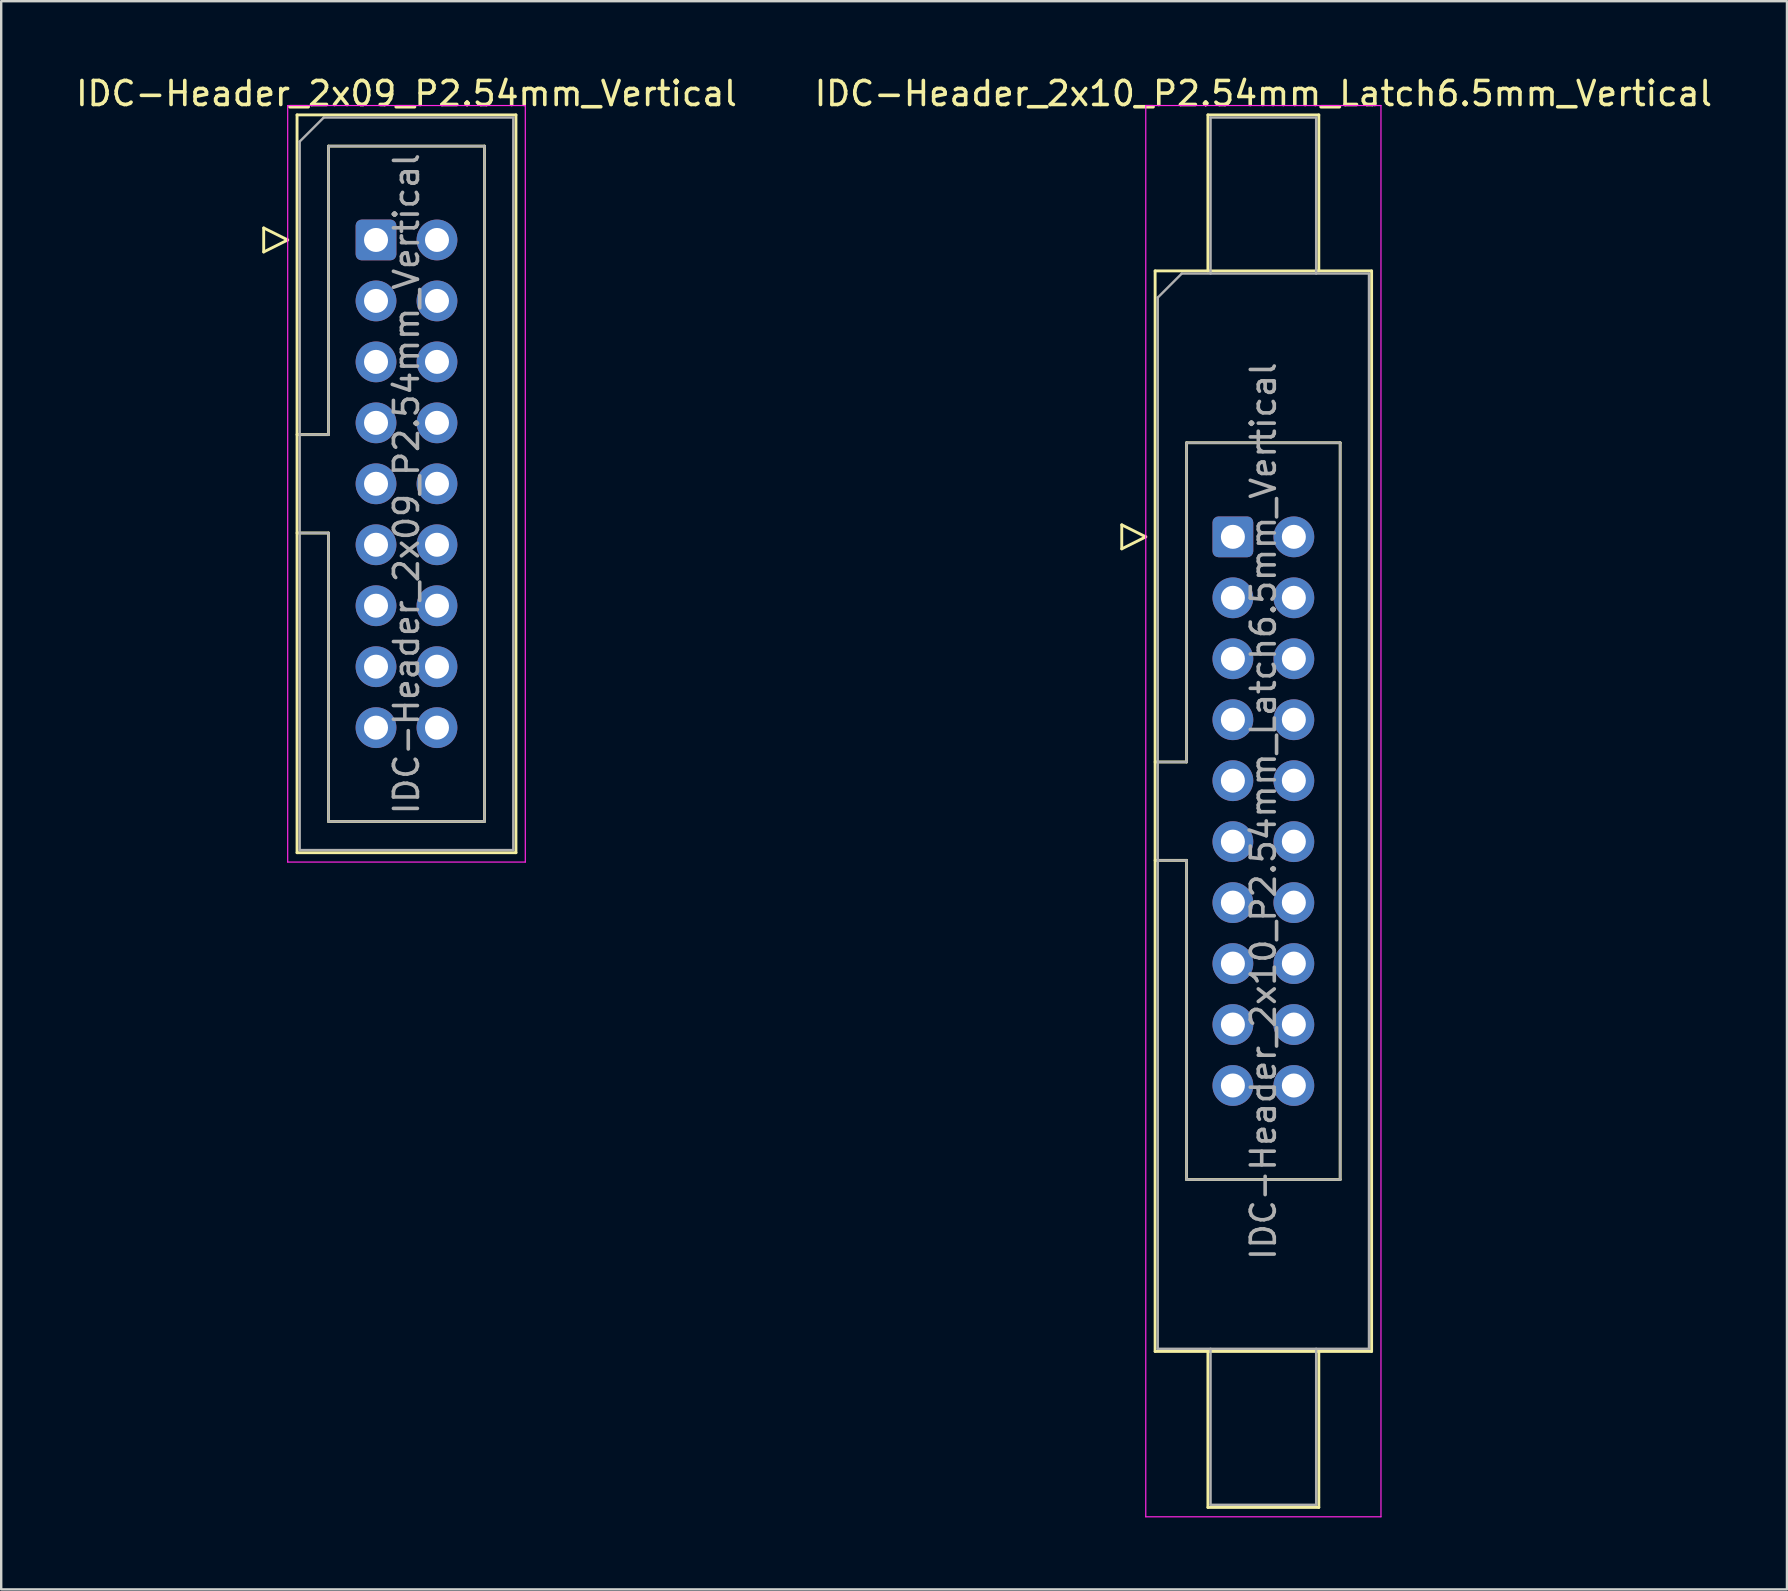
<source format=kicad_pcb>
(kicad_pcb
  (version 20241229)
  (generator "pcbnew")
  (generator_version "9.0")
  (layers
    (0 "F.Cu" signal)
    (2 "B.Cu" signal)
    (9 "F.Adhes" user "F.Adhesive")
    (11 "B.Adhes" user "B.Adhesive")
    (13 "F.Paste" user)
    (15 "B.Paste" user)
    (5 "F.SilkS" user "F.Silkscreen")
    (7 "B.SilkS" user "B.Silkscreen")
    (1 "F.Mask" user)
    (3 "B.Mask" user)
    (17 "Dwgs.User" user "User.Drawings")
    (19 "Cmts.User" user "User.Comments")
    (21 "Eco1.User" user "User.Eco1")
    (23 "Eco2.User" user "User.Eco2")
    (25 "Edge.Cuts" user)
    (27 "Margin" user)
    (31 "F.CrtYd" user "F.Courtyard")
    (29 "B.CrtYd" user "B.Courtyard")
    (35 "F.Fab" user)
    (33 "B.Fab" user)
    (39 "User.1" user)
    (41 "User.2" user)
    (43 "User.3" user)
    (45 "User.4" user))
  (footprint "IDC-Header_2x09_P2.54mm_Vertical"
    (layer "F.Cu")
    (at 12.617 6.948)
    (property "Reference" "IDC-Header_2x09_P2.54mm_Vertical" (at 1.27 -6.1 0) (layer "F.SilkS") (effects (font (size 1 1) (thickness 0.15))))
    (attr through_hole)
    (fp_line (start -4.68 -0.5) (end -4.68 0.5) (stroke (width 0.12) (type solid)) (layer "F.SilkS"))
    (fp_line (start -4.68 0.5) (end -3.68 0) (stroke (width 0.12) (type solid)) (layer "F.SilkS"))
    (fp_line (start -3.68 0) (end -4.68 -0.5) (stroke (width 0.12) (type solid)) (layer "F.SilkS"))
    (fp_line (start -3.29 -5.21) (end 5.83 -5.21) (stroke (width 0.12) (type solid)) (layer "F.SilkS"))
    (fp_line (start -3.29 8.11) (end -1.98 8.11) (stroke (width 0.12) (type solid)) (layer "F.SilkS"))
    (fp_line (start -3.29 25.53) (end -3.29 -5.21) (stroke (width 0.12) (type solid)) (layer "F.SilkS"))
    (fp_line (start -1.98 -3.91) (end 4.52 -3.91) (stroke (width 0.12) (type solid)) (layer "F.SilkS"))
    (fp_line (start -1.98 8.11) (end -1.98 -3.91) (stroke (width 0.12) (type solid)) (layer "F.SilkS"))
    (fp_line (start -1.98 12.21) (end -3.29 12.21) (stroke (width 0.12) (type solid)) (layer "F.SilkS"))
    (fp_line (start -1.98 24.23) (end -1.98 12.21) (stroke (width 0.12) (type solid)) (layer "F.SilkS"))
    (fp_line (start 4.52 -3.91) (end 4.52 24.23) (stroke (width 0.12) (type solid)) (layer "F.SilkS"))
    (fp_line (start 4.52 24.23) (end -1.98 24.23) (stroke (width 0.12) (type solid)) (layer "F.SilkS"))
    (fp_line (start 5.83 -5.21) (end 5.83 25.53) (stroke (width 0.12) (type solid)) (layer "F.SilkS"))
    (fp_line (start 5.83 25.53) (end -3.29 25.53) (stroke (width 0.12) (type solid)) (layer "F.SilkS"))
    (fp_line (start -3.68 -5.6) (end -3.68 25.92) (stroke (width 0.05) (type solid)) (layer "F.CrtYd"))
    (fp_line (start -3.68 25.92) (end 6.22 25.92) (stroke (width 0.05) (type solid)) (layer "F.CrtYd"))
    (fp_line (start 6.22 -5.6) (end -3.68 -5.6) (stroke (width 0.05) (type solid)) (layer "F.CrtYd"))
    (fp_line (start 6.22 25.92) (end 6.22 -5.6) (stroke (width 0.05) (type solid)) (layer "F.CrtYd"))
    (fp_line (start -3.18 -4.1) (end -2.18 -5.1) (stroke (width 0.1) (type solid)) (layer "F.Fab"))
    (fp_line (start -3.18 8.11) (end -1.98 8.11) (stroke (width 0.1) (type solid)) (layer "F.Fab"))
    (fp_line (start -3.18 25.42) (end -3.18 -4.1) (stroke (width 0.1) (type solid)) (layer "F.Fab"))
    (fp_line (start -2.18 -5.1) (end 5.72 -5.1) (stroke (width 0.1) (type solid)) (layer "F.Fab"))
    (fp_line (start -1.98 -3.91) (end 4.52 -3.91) (stroke (width 0.1) (type solid)) (layer "F.Fab"))
    (fp_line (start -1.98 8.11) (end -1.98 -3.91) (stroke (width 0.1) (type solid)) (layer "F.Fab"))
    (fp_line (start -1.98 12.21) (end -3.18 12.21) (stroke (width 0.1) (type solid)) (layer "F.Fab"))
    (fp_line (start -1.98 24.23) (end -1.98 12.21) (stroke (width 0.1) (type solid)) (layer "F.Fab"))
    (fp_line (start 4.52 -3.91) (end 4.52 24.23) (stroke (width 0.1) (type solid)) (layer "F.Fab"))
    (fp_line (start 4.52 24.23) (end -1.98 24.23) (stroke (width 0.1) (type solid)) (layer "F.Fab"))
    (fp_line (start 5.72 -5.1) (end 5.72 25.42) (stroke (width 0.1) (type solid)) (layer "F.Fab"))
    (fp_line (start 5.72 25.42) (end -3.18 25.42) (stroke (width 0.1) (type solid)) (layer "F.Fab"))
    (fp_text user "${REFERENCE}" (at 1.27 10.16 90) (layer "F.Fab") (effects (font (size 1 1) (thickness 0.15))))
    (pad "1" thru_hole roundrect (at 0 0) (size 1.7 1.7) (drill 1) (layers "*.Cu" "*.Mask") (roundrect_rratio 0.147))
    (pad "2" thru_hole circle (at 2.54 0) (size 1.7 1.7) (drill 1) (layers "*.Cu" "*.Mask"))
    (pad "3" thru_hole circle (at 0 2.54) (size 1.7 1.7) (drill 1) (layers "*.Cu" "*.Mask"))
    (pad "4" thru_hole circle (at 2.54 2.54) (size 1.7 1.7) (drill 1) (layers "*.Cu" "*.Mask"))
    (pad "5" thru_hole circle (at 0 5.08) (size 1.7 1.7) (drill 1) (layers "*.Cu" "*.Mask"))
    (pad "6" thru_hole circle (at 2.54 5.08) (size 1.7 1.7) (drill 1) (layers "*.Cu" "*.Mask"))
    (pad "7" thru_hole circle (at 0 7.62) (size 1.7 1.7) (drill 1) (layers "*.Cu" "*.Mask"))
    (pad "8" thru_hole circle (at 2.54 7.62) (size 1.7 1.7) (drill 1) (layers "*.Cu" "*.Mask"))
    (pad "9" thru_hole circle (at 0 10.16) (size 1.7 1.7) (drill 1) (layers "*.Cu" "*.Mask"))
    (pad "10" thru_hole circle (at 2.54 10.16) (size 1.7 1.7) (drill 1) (layers "*.Cu" "*.Mask"))
    (pad "11" thru_hole circle (at 0 12.7) (size 1.7 1.7) (drill 1) (layers "*.Cu" "*.Mask"))
    (pad "12" thru_hole circle (at 2.54 12.7) (size 1.7 1.7) (drill 1) (layers "*.Cu" "*.Mask"))
    (pad "13" thru_hole circle (at 0 15.24) (size 1.7 1.7) (drill 1) (layers "*.Cu" "*.Mask"))
    (pad "14" thru_hole circle (at 2.54 15.24) (size 1.7 1.7) (drill 1) (layers "*.Cu" "*.Mask"))
    (pad "15" thru_hole circle (at 0 17.78) (size 1.7 1.7) (drill 1) (layers "*.Cu" "*.Mask"))
    (pad "16" thru_hole circle (at 2.54 17.78) (size 1.7 1.7) (drill 1) (layers "*.Cu" "*.Mask"))
    (pad "17" thru_hole circle (at 0 20.32) (size 1.7 1.7) (drill 1) (layers "*.Cu" "*.Mask"))
    (pad "18" thru_hole circle (at 2.54 20.32) (size 1.7 1.7) (drill 1) (layers "*.Cu" "*.Mask")))
  (footprint "IDC-Header_2x10_P2.54mm_Latch6.5mm_Vertical"
    (layer "F.Cu")
    (at 48.319 19.318)
    (property "Reference" "IDC-Header_2x10_P2.54mm_Latch6.5mm_Vertical" (at 1.27 -18.47 0) (layer "F.SilkS") (effects (font (size 1 1) (thickness 0.15))))
    (attr through_hole)
    (fp_line (start -4.63 -0.5) (end -4.63 0.5) (stroke (width 0.12) (type solid)) (layer "F.SilkS"))
    (fp_line (start -4.63 0.5) (end -3.63 0) (stroke (width 0.12) (type solid)) (layer "F.SilkS"))
    (fp_line (start -3.63 0) (end -4.63 -0.5) (stroke (width 0.12) (type solid)) (layer "F.SilkS"))
    (fp_line (start -3.24 -11.08) (end 5.78 -11.08) (stroke (width 0.12) (type solid)) (layer "F.SilkS"))
    (fp_line (start -3.24 9.38) (end -1.93 9.38) (stroke (width 0.12) (type solid)) (layer "F.SilkS"))
    (fp_line (start -3.24 33.94) (end -3.24 -11.08) (stroke (width 0.12) (type solid)) (layer "F.SilkS"))
    (fp_line (start -1.93 -3.92) (end 4.47 -3.92) (stroke (width 0.12) (type solid)) (layer "F.SilkS"))
    (fp_line (start -1.93 9.38) (end -1.93 -3.92) (stroke (width 0.12) (type solid)) (layer "F.SilkS"))
    (fp_line (start -1.93 13.48) (end -3.24 13.48) (stroke (width 0.12) (type solid)) (layer "F.SilkS"))
    (fp_line (start -1.93 26.78) (end -1.93 13.48) (stroke (width 0.12) (type solid)) (layer "F.SilkS"))
    (fp_line (start -1.04 -17.58) (end 3.58 -17.58) (stroke (width 0.12) (type solid)) (layer "F.SilkS"))
    (fp_line (start -1.04 -11.08) (end -1.04 -17.58) (stroke (width 0.12) (type solid)) (layer "F.SilkS"))
    (fp_line (start -1.04 33.94) (end -1.04 40.44) (stroke (width 0.12) (type solid)) (layer "F.SilkS"))
    (fp_line (start -1.04 40.44) (end 3.58 40.44) (stroke (width 0.12) (type solid)) (layer "F.SilkS"))
    (fp_line (start 3.58 -17.58) (end 3.58 -11.08) (stroke (width 0.12) (type solid)) (layer "F.SilkS"))
    (fp_line (start 3.58 40.44) (end 3.58 33.94) (stroke (width 0.12) (type solid)) (layer "F.SilkS"))
    (fp_line (start 4.47 -3.92) (end 4.47 26.78) (stroke (width 0.12) (type solid)) (layer "F.SilkS"))
    (fp_line (start 4.47 26.78) (end -1.93 26.78) (stroke (width 0.12) (type solid)) (layer "F.SilkS"))
    (fp_line (start 5.78 -11.08) (end 5.78 33.94) (stroke (width 0.12) (type solid)) (layer "F.SilkS"))
    (fp_line (start 5.78 33.94) (end -3.24 33.94) (stroke (width 0.12) (type solid)) (layer "F.SilkS"))
    (fp_line (start -3.63 -17.97) (end -3.63 40.83) (stroke (width 0.05) (type solid)) (layer "F.CrtYd"))
    (fp_line (start -3.63 40.83) (end 6.17 40.83) (stroke (width 0.05) (type solid)) (layer "F.CrtYd"))
    (fp_line (start 6.17 -17.97) (end -3.63 -17.97) (stroke (width 0.05) (type solid)) (layer "F.CrtYd"))
    (fp_line (start 6.17 40.83) (end 6.17 -17.97) (stroke (width 0.05) (type solid)) (layer "F.CrtYd"))
    (fp_line (start -3.13 -9.97) (end -2.13 -10.97) (stroke (width 0.1) (type solid)) (layer "F.Fab"))
    (fp_line (start -3.13 9.38) (end -1.93 9.38) (stroke (width 0.1) (type solid)) (layer "F.Fab"))
    (fp_line (start -3.13 33.83) (end -3.13 -9.97) (stroke (width 0.1) (type solid)) (layer "F.Fab"))
    (fp_line (start -2.13 -10.97) (end 5.67 -10.97) (stroke (width 0.1) (type solid)) (layer "F.Fab"))
    (fp_line (start -1.93 -3.92) (end 4.47 -3.92) (stroke (width 0.1) (type solid)) (layer "F.Fab"))
    (fp_line (start -1.93 9.38) (end -1.93 -3.92) (stroke (width 0.1) (type solid)) (layer "F.Fab"))
    (fp_line (start -1.93 13.48) (end -3.13 13.48) (stroke (width 0.1) (type solid)) (layer "F.Fab"))
    (fp_line (start -1.93 26.78) (end -1.93 13.48) (stroke (width 0.1) (type solid)) (layer "F.Fab"))
    (fp_line (start -0.93 -17.47) (end 3.47 -17.47) (stroke (width 0.1) (type solid)) (layer "F.Fab"))
    (fp_line (start -0.93 -10.97) (end -0.93 -17.47) (stroke (width 0.1) (type solid)) (layer "F.Fab"))
    (fp_line (start -0.93 33.83) (end -0.93 40.33) (stroke (width 0.1) (type solid)) (layer "F.Fab"))
    (fp_line (start -0.93 40.33) (end 3.47 40.33) (stroke (width 0.1) (type solid)) (layer "F.Fab"))
    (fp_line (start 3.47 -17.47) (end 3.47 -10.97) (stroke (width 0.1) (type solid)) (layer "F.Fab"))
    (fp_line (start 3.47 40.33) (end 3.47 33.83) (stroke (width 0.1) (type solid)) (layer "F.Fab"))
    (fp_line (start 4.47 -3.92) (end 4.47 26.78) (stroke (width 0.1) (type solid)) (layer "F.Fab"))
    (fp_line (start 4.47 26.78) (end -1.93 26.78) (stroke (width 0.1) (type solid)) (layer "F.Fab"))
    (fp_line (start 5.67 -10.97) (end 5.67 33.83) (stroke (width 0.1) (type solid)) (layer "F.Fab"))
    (fp_line (start 5.67 33.83) (end -3.13 33.83) (stroke (width 0.1) (type solid)) (layer "F.Fab"))
    (fp_text user "${REFERENCE}" (at 1.27 11.43 90) (layer "F.Fab") (effects (font (size 1 1) (thickness 0.15))))
    (pad "1" thru_hole roundrect (at 0 0) (size 1.7 1.7) (drill 1) (layers "*.Cu" "*.Mask") (roundrect_rratio 0.147))
    (pad "2" thru_hole circle (at 2.54 0) (size 1.7 1.7) (drill 1) (layers "*.Cu" "*.Mask"))
    (pad "3" thru_hole circle (at 0 2.54) (size 1.7 1.7) (drill 1) (layers "*.Cu" "*.Mask"))
    (pad "4" thru_hole circle (at 2.54 2.54) (size 1.7 1.7) (drill 1) (layers "*.Cu" "*.Mask"))
    (pad "5" thru_hole circle (at 0 5.08) (size 1.7 1.7) (drill 1) (layers "*.Cu" "*.Mask"))
    (pad "6" thru_hole circle (at 2.54 5.08) (size 1.7 1.7) (drill 1) (layers "*.Cu" "*.Mask"))
    (pad "7" thru_hole circle (at 0 7.62) (size 1.7 1.7) (drill 1) (layers "*.Cu" "*.Mask"))
    (pad "8" thru_hole circle (at 2.54 7.62) (size 1.7 1.7) (drill 1) (layers "*.Cu" "*.Mask"))
    (pad "9" thru_hole circle (at 0 10.16) (size 1.7 1.7) (drill 1) (layers "*.Cu" "*.Mask"))
    (pad "10" thru_hole circle (at 2.54 10.16) (size 1.7 1.7) (drill 1) (layers "*.Cu" "*.Mask"))
    (pad "11" thru_hole circle (at 0 12.7) (size 1.7 1.7) (drill 1) (layers "*.Cu" "*.Mask"))
    (pad "12" thru_hole circle (at 2.54 12.7) (size 1.7 1.7) (drill 1) (layers "*.Cu" "*.Mask"))
    (pad "13" thru_hole circle (at 0 15.24) (size 1.7 1.7) (drill 1) (layers "*.Cu" "*.Mask"))
    (pad "14" thru_hole circle (at 2.54 15.24) (size 1.7 1.7) (drill 1) (layers "*.Cu" "*.Mask"))
    (pad "15" thru_hole circle (at 0 17.78) (size 1.7 1.7) (drill 1) (layers "*.Cu" "*.Mask"))
    (pad "16" thru_hole circle (at 2.54 17.78) (size 1.7 1.7) (drill 1) (layers "*.Cu" "*.Mask"))
    (pad "17" thru_hole circle (at 0 20.32) (size 1.7 1.7) (drill 1) (layers "*.Cu" "*.Mask"))
    (pad "18" thru_hole circle (at 2.54 20.32) (size 1.7 1.7) (drill 1) (layers "*.Cu" "*.Mask"))
    (pad "19" thru_hole circle (at 0 22.86) (size 1.7 1.7) (drill 1) (layers "*.Cu" "*.Mask"))
    (pad "20" thru_hole circle (at 2.54 22.86) (size 1.7 1.7) (drill 1) (layers "*.Cu" "*.Mask")))
  (gr_rect
    (start -3 -3)
    (end 71.405 63.173)
    (stroke (width 0.1) (type default))
    (fill no)
    (layer "Edge.Cuts")))
</source>
